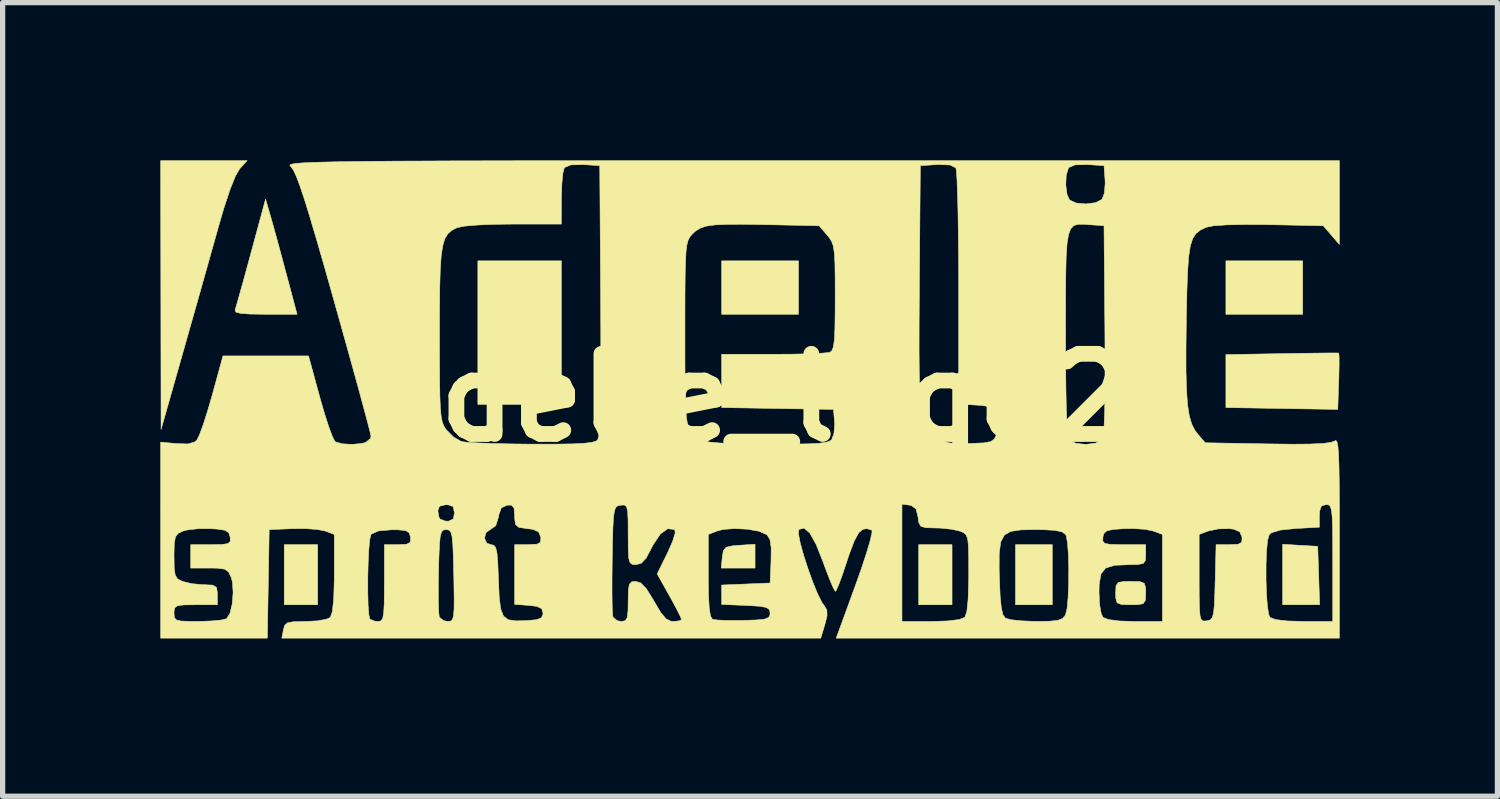
<source format=kicad_pcb>
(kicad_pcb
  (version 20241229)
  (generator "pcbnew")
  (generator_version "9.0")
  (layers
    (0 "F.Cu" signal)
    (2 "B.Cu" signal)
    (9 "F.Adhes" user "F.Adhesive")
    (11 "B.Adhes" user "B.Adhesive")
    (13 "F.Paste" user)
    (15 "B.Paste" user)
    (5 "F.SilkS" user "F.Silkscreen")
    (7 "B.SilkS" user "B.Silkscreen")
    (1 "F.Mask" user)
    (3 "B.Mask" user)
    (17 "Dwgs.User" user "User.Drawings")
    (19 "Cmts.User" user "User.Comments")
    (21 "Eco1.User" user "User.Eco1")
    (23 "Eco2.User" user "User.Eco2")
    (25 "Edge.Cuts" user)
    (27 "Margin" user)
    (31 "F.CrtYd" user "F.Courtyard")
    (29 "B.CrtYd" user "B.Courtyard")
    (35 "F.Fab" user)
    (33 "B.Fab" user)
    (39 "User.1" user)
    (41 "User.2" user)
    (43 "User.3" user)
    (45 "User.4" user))
  (footprint "adelie_logo2"
    (layer "F.Cu")
    (at 11.181 4.513)
    (property "Reference" "adelie_logo2" (at 0 0 0) (layer "F.SilkS") (effects (font (size 1.524 1.524) (thickness 0.3))))
    (attr through_hole)
    (fp_poly (pts (xy -8.191 3.937) (xy -8.826 3.937) (xy -8.826 2.794) (xy -8.191 2.794) (xy -8.191 3.937)) (stroke (width 0.01) (type solid)) (fill yes) (layer "F.SilkS"))
    (fp_poly (pts (xy -3.556 0.127) (xy -5.144 0.127) (xy -5.144 -2.603) (xy -3.556 -2.603) (xy -3.556 0.127)) (stroke (width 0.01) (type solid)) (fill yes) (layer "F.SilkS"))
    (fp_poly (pts (xy 0.953 -1.587) (xy -0.508 -1.587) (xy -0.508 -2.603) (xy 0.953 -2.603) (xy 0.953 -1.587)) (stroke (width 0.01) (type solid)) (fill yes) (layer "F.SilkS"))
    (fp_poly (pts (xy 3.873 3.937) (xy 3.239 3.937) (xy 3.239 2.794) (xy 3.873 2.794) (xy 3.873 3.937)) (stroke (width 0.01) (type solid)) (fill yes) (layer "F.SilkS"))
    (fp_poly (pts (xy 5.779 3.937) (xy 5.08 3.937) (xy 5.08 2.794) (xy 5.779 2.794) (xy 5.779 3.937)) (stroke (width 0.01) (type solid)) (fill yes) (layer "F.SilkS"))
    (fp_poly (pts (xy 10.541 -1.587) (xy 9.081 -1.587) (xy 9.081 -2.603) (xy 10.541 -2.603) (xy 10.541 -1.587)) (stroke (width 0.01) (type solid)) (fill yes) (layer "F.SilkS"))
    (fp_poly (pts (xy 10.493 2.807) (xy 10.827 2.826) (xy 10.863 3.937) (xy 10.16 3.937) (xy 10.16 2.787) (xy 10.493 2.807)) (stroke (width 0.01) (type solid)) (fill yes) (layer "F.SilkS"))
    (fp_poly (pts (xy 0.127 3.239) (xy -0.516 3.239) (xy -0.496 3.032) (xy -0.476 2.907) (xy -0.422 2.843) (xy -0.299 2.816) (xy -0.175 2.806) (xy 0.127 2.787) (xy 0.127 3.239)) (stroke (width 0.01) (type solid)) (fill yes) (layer "F.SilkS"))
    (fp_poly (pts (xy 11.226 -0.849) (xy 11.233 -0.787) (xy 11.234 -0.628) (xy 11.229 -0.401) (xy 11.226 -0.31) (xy 11.208 0.222) (xy 10.144 0.205) (xy 9.081 0.187) (xy 9.081 -0.82) (xy 10.144 -0.838) (xy 10.497 -0.844) (xy 10.803 -0.848) (xy 11.04 -0.851) (xy 11.188 -0.851) (xy 11.226 -0.849)) (stroke (width 0.01) (type solid)) (fill yes) (layer "F.SilkS"))
    (fp_poly (pts (xy -9.671 -4.356) (xy -9.753 -4.217) (xy -9.856 -3.961) (xy -9.977 -3.595) (xy -10.083 -3.229) (xy -10.186 -2.863) (xy -10.313 -2.412) (xy -10.454 -1.911) (xy -10.6 -1.397) (xy -10.739 -0.907) (xy -10.762 -0.826) (xy -11.168 0.603) (xy -11.172 -1.953) (xy -11.176 -4.508) (xy -9.531 -4.508) (xy -9.671 -4.356)) (stroke (width 0.01) (type solid)) (fill yes) (layer "F.SilkS"))
    (fp_poly (pts (xy 7.446 3.497) (xy 7.529 3.529) (xy 7.555 3.616) (xy 7.556 3.715) (xy 7.55 3.851) (xy 7.509 3.916) (xy 7.398 3.936) (xy 7.271 3.937) (xy 7.095 3.932) (xy 7.012 3.9) (xy 6.987 3.814) (xy 6.985 3.715) (xy 6.991 3.578) (xy 7.032 3.514) (xy 7.144 3.494) (xy 7.271 3.493) (xy 7.446 3.497)) (stroke (width 0.01) (type solid)) (fill yes) (layer "F.SilkS"))
    (fp_poly (pts (xy -9.098 -3.491) (xy -9.049 -3.32) (xy -8.977 -3.06) (xy -8.892 -2.747) (xy -8.803 -2.414) (xy -8.798 -2.397) (xy -8.582 -1.587) (xy -9.187 -1.587) (xy -9.477 -1.591) (xy -9.658 -1.604) (xy -9.747 -1.629) (xy -9.761 -1.668) (xy -9.761 -1.67) (xy -9.734 -1.757) (xy -9.681 -1.944) (xy -9.607 -2.209) (xy -9.519 -2.529) (xy -9.455 -2.765) (xy -9.181 -3.776) (xy -9.098 -3.491)) (stroke (width 0.01) (type solid)) (fill yes) (layer "F.SilkS"))
    (fp_poly (pts (xy 11.239 -3.711) (xy 11.239 -2.914) (xy 11.086 -3.092) (xy 10.933 -3.27) (xy 9.904 -3.291) (xy 9.455 -3.294) (xy 9.097 -3.287) (xy 8.843 -3.269) (xy 8.706 -3.241) (xy 8.597 -3.189) (xy 8.513 -3.123) (xy 8.45 -3.028) (xy 8.404 -2.886) (xy 8.373 -2.683) (xy 8.353 -2.401) (xy 8.339 -2.025) (xy 8.329 -1.538) (xy 8.329 -1.533) (xy 8.322 -0.963) (xy 8.322 -0.505) (xy 8.332 -0.145) (xy 8.352 0.133) (xy 8.384 0.343) (xy 8.43 0.5) (xy 8.491 0.619) (xy 8.54 0.685) (xy 8.688 0.857) (xy 9.872 0.878) (xy 10.337 0.884) (xy 10.686 0.881) (xy 10.931 0.869) (xy 11.083 0.849) (xy 11.147 0.823) (xy 11.174 0.814) (xy 11.195 0.845) (xy 11.211 0.928) (xy 11.223 1.074) (xy 11.231 1.296) (xy 11.236 1.606) (xy 11.239 2.017) (xy 11.239 2.54) (xy 11.239 2.659) (xy 11.239 4.572) (xy 1.67 4.572) (xy 1.786 4.255) (xy 2.921 4.255) (xy 3.48 4.255) (xy 3.789 4.245) (xy 4.007 4.219) (xy 4.115 4.178) (xy 4.115 4.178) (xy 4.154 4.069) (xy 4.179 3.834) (xy 4.19 3.474) (xy 4.191 3.351) (xy 4.191 3.266) (xy 4.769 3.266) (xy 4.774 3.447) (xy 4.788 3.774) (xy 4.81 3.994) (xy 4.841 4.126) (xy 4.886 4.19) (xy 4.889 4.192) (xy 4.996 4.222) (xy 5.191 4.243) (xy 5.434 4.253) (xy 5.475 4.254) (xy 5.73 4.25) (xy 5.888 4.233) (xy 5.978 4.196) (xy 6.03 4.133) (xy 6.03 4.132) (xy 6.06 4.012) (xy 6.08 3.803) (xy 6.084 3.704) (xy 6.668 3.704) (xy 6.679 3.933) (xy 6.71 4.107) (xy 6.744 4.178) (xy 6.851 4.219) (xy 7.064 4.246) (xy 7.347 4.255) (xy 7.874 4.255) (xy 7.874 2.6) (xy 8.572 2.6) (xy 8.572 3.432) (xy 8.573 3.77) (xy 8.577 4) (xy 8.589 4.143) (xy 8.611 4.219) (xy 8.647 4.246) (xy 8.7 4.245) (xy 8.715 4.243) (xy 8.777 4.228) (xy 8.819 4.188) (xy 8.845 4.102) (xy 8.861 3.947) (xy 8.871 3.7) (xy 8.876 3.508) (xy 8.878 3.455) (xy 9.844 3.455) (xy 9.852 3.73) (xy 9.87 3.964) (xy 9.896 4.126) (xy 9.919 4.178) (xy 10.027 4.219) (xy 10.244 4.245) (xy 10.553 4.254) (xy 10.554 4.255) (xy 11.113 4.255) (xy 11.113 3.143) (xy 11.112 2.743) (xy 11.109 2.453) (xy 11.101 2.255) (xy 11.086 2.131) (xy 11.063 2.064) (xy 11.03 2.037) (xy 10.986 2.032) (xy 10.897 2.058) (xy 10.862 2.158) (xy 10.858 2.247) (xy 10.858 2.462) (xy 10.41 2.487) (xy 10.118 2.517) (xy 9.948 2.568) (xy 9.903 2.606) (xy 9.873 2.716) (xy 9.854 2.917) (xy 9.844 3.174) (xy 9.844 3.455) (xy 8.878 3.455) (xy 8.894 2.794) (xy 9.15 2.794) (xy 9.314 2.786) (xy 9.382 2.75) (xy 9.388 2.665) (xy 9.387 2.651) (xy 9.344 2.549) (xy 9.229 2.5) (xy 9.14 2.489) (xy 8.932 2.495) (xy 8.746 2.535) (xy 8.744 2.535) (xy 8.572 2.6) (xy 7.874 2.6) (xy 7.704 2.536) (xy 7.547 2.503) (xy 7.322 2.488) (xy 7.148 2.49) (xy 6.933 2.505) (xy 6.813 2.533) (xy 6.759 2.585) (xy 6.742 2.651) (xy 6.74 2.728) (xy 6.777 2.77) (xy 6.882 2.789) (xy 7.081 2.794) (xy 7.139 2.794) (xy 7.556 2.794) (xy 7.556 2.985) (xy 7.55 3.097) (xy 7.508 3.153) (xy 7.398 3.173) (xy 7.235 3.175) (xy 6.964 3.187) (xy 6.795 3.239) (xy 6.705 3.352) (xy 6.671 3.548) (xy 6.668 3.704) (xy 6.084 3.704) (xy 6.091 3.539) (xy 6.093 3.255) (xy 6.086 2.984) (xy 6.069 2.762) (xy 6.043 2.623) (xy 6.034 2.603) (xy 5.966 2.552) (xy 5.827 2.522) (xy 5.593 2.509) (xy 5.458 2.508) (xy 5.184 2.513) (xy 4.991 2.542) (xy 4.868 2.612) (xy 4.799 2.744) (xy 4.77 2.955) (xy 4.769 3.266) (xy 4.191 3.266) (xy 4.19 3.033) (xy 4.185 2.818) (xy 4.17 2.684) (xy 4.141 2.608) (xy 4.093 2.566) (xy 4.028 2.538) (xy 3.865 2.501) (xy 3.646 2.479) (xy 3.556 2.477) (xy 3.371 2.472) (xy 3.277 2.443) (xy 3.239 2.368) (xy 3.227 2.27) (xy 3.189 2.116) (xy 3.098 2.05) (xy 3.064 2.043) (xy 2.921 2.023) (xy 2.921 4.255) (xy 1.786 4.255) (xy 2.035 3.572) (xy 2.154 3.237) (xy 2.25 2.944) (xy 2.318 2.712) (xy 2.351 2.563) (xy 2.35 2.518) (xy 2.254 2.49) (xy 2.177 2.502) (xy 2.098 2.569) (xy 2.012 2.728) (xy 1.912 2.994) (xy 1.873 3.112) (xy 1.791 3.359) (xy 1.72 3.551) (xy 1.67 3.664) (xy 1.655 3.683) (xy 1.62 3.627) (xy 1.555 3.478) (xy 1.471 3.261) (xy 1.424 3.131) (xy 1.289 2.79) (xy 1.168 2.573) (xy 1.059 2.479) (xy 0.963 2.505) (xy 0.958 2.51) (xy 0.953 2.592) (xy 0.986 2.762) (xy 1.049 2.99) (xy 1.132 3.246) (xy 1.224 3.501) (xy 1.315 3.725) (xy 1.397 3.889) (xy 1.436 3.945) (xy 1.493 4.035) (xy 1.496 4.149) (xy 1.455 4.312) (xy 1.377 4.572) (xy -8.872 4.572) (xy -8.842 4.413) (xy -8.816 4.326) (xy -8.759 4.278) (xy -8.639 4.259) (xy -8.425 4.255) (xy -8.419 4.255) (xy -8.193 4.243) (xy -8.021 4.211) (xy -7.95 4.178) (xy -7.911 4.069) (xy -7.886 3.834) (xy -7.881 3.694) (xy -7.237 3.694) (xy -7.231 3.94) (xy -7.218 4.122) (xy -7.198 4.211) (xy -7.197 4.212) (xy -7.103 4.249) (xy -7.038 4.255) (xy -6.988 4.244) (xy -6.954 4.199) (xy -6.935 4.098) (xy -6.925 3.919) (xy -6.922 3.641) (xy -6.922 3.608) (xy -5.896 3.608) (xy -5.895 3.875) (xy -5.889 4.071) (xy -5.878 4.17) (xy -5.878 4.172) (xy -5.796 4.239) (xy -5.715 4.255) (xy -5.663 4.249) (xy -5.628 4.219) (xy -5.606 4.146) (xy -5.596 4.009) (xy -5.595 3.789) (xy -5.6 3.465) (xy -5.602 3.381) (xy -5.61 3.033) (xy -5.62 2.792) (xy -5.632 2.672) (xy -5.018 2.672) (xy -4.977 2.765) (xy -4.895 2.794) (xy -4.841 2.805) (xy -4.804 2.852) (xy -4.78 2.957) (xy -4.765 3.143) (xy -4.753 3.432) (xy -4.752 3.463) (xy -4.738 3.794) (xy -4.71 4.018) (xy -4.656 4.154) (xy -4.563 4.223) (xy -4.415 4.244) (xy -4.223 4.239) (xy -4.031 4.222) (xy -3.936 4.186) (xy -3.906 4.118) (xy -3.905 4.096) (xy -3.929 4.012) (xy -4.02 3.968) (xy -4.175 3.949) (xy -4.445 3.93) (xy -4.445 3.428) (xy -2.593 3.428) (xy -2.593 3.736) (xy -2.589 3.979) (xy -2.582 4.133) (xy -2.575 4.173) (xy -2.494 4.24) (xy -2.415 4.255) (xy -2.343 4.241) (xy -2.304 4.182) (xy -2.288 4.047) (xy -2.286 3.873) (xy -2.282 3.662) (xy -2.263 3.548) (xy -2.218 3.501) (xy -2.143 3.493) (xy -2.044 3.524) (xy -1.941 3.63) (xy -1.815 3.831) (xy -1.791 3.874) (xy -1.665 4.086) (xy -1.566 4.204) (xy -1.471 4.251) (xy -1.426 4.255) (xy -1.308 4.242) (xy -1.27 4.217) (xy -1.299 4.148) (xy -1.375 3.998) (xy -1.483 3.798) (xy -1.502 3.765) (xy -1.734 3.35) (xy -1.536 2.948) (xy -1.44 2.731) (xy -1.4 2.6) (xy -0.762 2.6) (xy -0.762 3.39) (xy -0.758 3.754) (xy -0.744 4.004) (xy -0.72 4.152) (xy -0.684 4.213) (xy -0.683 4.214) (xy -0.585 4.228) (xy -0.397 4.236) (xy -0.155 4.236) (xy -0.095 4.235) (xy 0.158 4.226) (xy 0.31 4.21) (xy 0.386 4.179) (xy 0.411 4.127) (xy 0.413 4.096) (xy 0.4 4.029) (xy 0.343 3.989) (xy 0.217 3.966) (xy -0.006 3.952) (xy -0.048 3.95) (xy -0.508 3.931) (xy -0.508 3.562) (xy -0.048 3.543) (xy 0.413 3.524) (xy 0.431 3.106) (xy 0.434 2.856) (xy 0.412 2.702) (xy 0.359 2.612) (xy 0.348 2.603) (xy 0.206 2.54) (xy -0.012 2.501) (xy -0.258 2.488) (xy -0.481 2.505) (xy -0.587 2.533) (xy -0.762 2.6) (xy -1.4 2.6) (xy -1.392 2.575) (xy -1.399 2.507) (xy -1.533 2.491) (xy -1.674 2.592) (xy -1.814 2.802) (xy -1.842 2.858) (xy -1.946 3.053) (xy -2.039 3.15) (xy -2.138 3.175) (xy -2.208 3.169) (xy -2.251 3.135) (xy -2.275 3.05) (xy -2.284 2.887) (xy -2.286 2.624) (xy -2.286 2.599) (xy -2.287 2.327) (xy -2.296 2.159) (xy -2.317 2.072) (xy -2.357 2.04) (xy -2.422 2.043) (xy -2.429 2.043) (xy -2.482 2.055) (xy -2.521 2.085) (xy -2.547 2.153) (xy -2.565 2.276) (xy -2.576 2.473) (xy -2.584 2.764) (xy -2.589 3.077) (xy -2.593 3.428) (xy -4.445 3.428) (xy -4.445 2.794) (xy -4.187 2.794) (xy -4.023 2.786) (xy -3.953 2.75) (xy -3.946 2.667) (xy -3.948 2.651) (xy -3.989 2.551) (xy -4.097 2.503) (xy -4.207 2.489) (xy -4.363 2.466) (xy -4.43 2.41) (xy -4.445 2.28) (xy -4.445 2.246) (xy -4.456 2.098) (xy -4.503 2.042) (xy -4.588 2.043) (xy -4.697 2.094) (xy -4.746 2.227) (xy -4.75 2.264) (xy -4.804 2.435) (xy -4.893 2.496) (xy -4.99 2.566) (xy -5.018 2.672) (xy -5.632 2.672) (xy -5.635 2.639) (xy -5.659 2.553) (xy -5.694 2.517) (xy -5.743 2.508) (xy -5.747 2.508) (xy -5.8 2.516) (xy -5.836 2.553) (xy -5.86 2.641) (xy -5.875 2.799) (xy -5.885 3.049) (xy -5.892 3.298) (xy -5.896 3.608) (xy -6.922 3.608) (xy -6.921 3.524) (xy -6.921 2.794) (xy -6.663 2.794) (xy -6.499 2.786) (xy -6.43 2.75) (xy -6.423 2.667) (xy -6.425 2.651) (xy -6.45 2.568) (xy -6.518 2.526) (xy -6.661 2.512) (xy -6.783 2.511) (xy -7.034 2.533) (xy -7.168 2.593) (xy -7.179 2.606) (xy -7.201 2.702) (xy -7.218 2.889) (xy -7.23 3.138) (xy -7.237 3.417) (xy -7.237 3.694) (xy -7.881 3.694) (xy -7.875 3.474) (xy -7.874 3.351) (xy -7.874 2.6) (xy -8.044 2.536) (xy -8.193 2.506) (xy -8.419 2.489) (xy -8.663 2.49) (xy -9.112 2.508) (xy -9.147 4.572) (xy -11.176 4.572) (xy -11.176 3.016) (xy -10.922 3.016) (xy -10.918 3.242) (xy -10.899 3.374) (xy -10.854 3.446) (xy -10.77 3.49) (xy -10.759 3.494) (xy -10.585 3.536) (xy -10.373 3.556) (xy -10.346 3.556) (xy -10.185 3.564) (xy -10.114 3.606) (xy -10.097 3.711) (xy -10.097 3.747) (xy -10.097 3.937) (xy -10.509 3.937) (xy -10.731 3.94) (xy -10.855 3.955) (xy -10.909 3.995) (xy -10.922 4.07) (xy -10.922 4.096) (xy -10.916 4.178) (xy -10.879 4.225) (xy -10.785 4.247) (xy -10.605 4.253) (xy -10.462 4.254) (xy -10.224 4.246) (xy -10.032 4.229) (xy -9.926 4.204) (xy -9.922 4.202) (xy -9.858 4.101) (xy -9.815 3.92) (xy -9.798 3.705) (xy -9.811 3.504) (xy -9.835 3.413) (xy -9.885 3.312) (xy -9.96 3.26) (xy -10.096 3.241) (xy -10.254 3.239) (xy -10.604 3.239) (xy -10.604 2.794) (xy -10.219 2.794) (xy -10.007 2.791) (xy -9.894 2.773) (xy -9.852 2.731) (xy -9.854 2.653) (xy -9.854 2.651) (xy -9.881 2.568) (xy -9.952 2.521) (xy -10.101 2.498) (xy -10.228 2.49) (xy -10.46 2.491) (xy -10.667 2.514) (xy -10.752 2.536) (xy -10.843 2.579) (xy -10.894 2.645) (xy -10.917 2.765) (xy -10.922 2.973) (xy -10.922 3.016) (xy -11.176 3.016) (xy -11.176 2.148) (xy -5.905 2.148) (xy -5.885 2.269) (xy -5.863 2.307) (xy -5.77 2.344) (xy -5.704 2.349) (xy -5.611 2.306) (xy -5.588 2.191) (xy -5.614 2.07) (xy -5.717 2.033) (xy -5.747 2.032) (xy -5.874 2.064) (xy -5.905 2.148) (xy -11.176 2.148) (xy -11.176 0.844) (xy -10.872 0.873) (xy -10.655 0.879) (xy -10.526 0.84) (xy -10.486 0.804) (xy -10.438 0.706) (xy -10.367 0.514) (xy -10.284 0.254) (xy -10.197 -0.044) (xy -9.991 -0.794) (xy -8.364 -0.794) (xy -8.148 -0.002) (xy -8.061 0.3) (xy -7.978 0.556) (xy -7.908 0.743) (xy -7.86 0.835) (xy -7.855 0.839) (xy -7.725 0.876) (xy -7.535 0.887) (xy -7.349 0.87) (xy -7.276 0.85) (xy -7.188 0.777) (xy -7.176 0.734) (xy -7.192 0.657) (xy -7.24 0.472) (xy -7.315 0.191) (xy -7.413 -0.171) (xy -7.532 -0.602) (xy -7.667 -1.088) (xy -7.699 -1.201) (xy -5.874 -1.201) (xy -5.873 -0.702) (xy -5.871 -0.313) (xy -5.866 -0.019) (xy -5.857 0.196) (xy -5.843 0.349) (xy -5.822 0.455) (xy -5.794 0.531) (xy -5.757 0.592) (xy -5.741 0.613) (xy -5.605 0.749) (xy -5.46 0.832) (xy -5.455 0.834) (xy -5.345 0.848) (xy -5.13 0.86) (xy -4.835 0.871) (xy -4.483 0.879) (xy -4.119 0.883) (xy -3.681 0.883) (xy -3.354 0.878) (xy -3.124 0.867) (xy -2.974 0.849) (xy -2.89 0.822) (xy -2.865 0.802) (xy -2.845 0.735) (xy -2.83 0.582) (xy -2.818 0.335) (xy -2.81 -0.01) (xy -2.806 -0.462) (xy -2.806 -1.027) (xy -2.806 -1.235) (xy -1.206 -1.235) (xy -1.206 -0.72) (xy -1.204 -0.317) (xy -1.199 -0.009) (xy -1.191 0.217) (xy -1.178 0.379) (xy -1.159 0.49) (xy -1.133 0.568) (xy -1.099 0.626) (xy -1.078 0.654) (xy -1.017 0.726) (xy -0.95 0.78) (xy -0.859 0.819) (xy -0.727 0.845) (xy -0.534 0.862) (xy -0.263 0.872) (xy 0.105 0.878) (xy 0.421 0.88) (xy 0.835 0.882) (xy 1.139 0.877) (xy 1.35 0.866) (xy 1.486 0.846) (xy 1.562 0.817) (xy 1.584 0.798) (xy 1.628 0.678) (xy 1.641 0.5) (xy 1.639 0.465) (xy 1.619 0.222) (xy 0.556 0.205) (xy -0.508 0.187) (xy -0.508 -0.826) (xy 0.471 -0.826) (xy 0.817 -0.828) (xy 1.123 -0.835) (xy 1.364 -0.845) (xy 1.516 -0.857) (xy 1.551 -0.864) (xy 1.578 -0.886) (xy 3.246 -0.886) (xy 3.25 -0.442) (xy 3.26 -0.091) (xy 3.276 0.181) (xy 3.3 0.383) (xy 3.333 0.529) (xy 3.376 0.629) (xy 3.431 0.696) (xy 3.497 0.741) (xy 3.508 0.746) (xy 3.67 0.819) (xy 3.815 0.858) (xy 3.988 0.873) (xy 4.239 0.87) (xy 4.253 0.869) (xy 4.477 0.859) (xy 4.608 0.835) (xy 4.678 0.786) (xy 4.721 0.696) (xy 4.726 0.683) (xy 4.75 0.432) (xy 4.726 0.333) (xy 4.676 0.229) (xy 4.594 0.173) (xy 4.442 0.147) (xy 4.333 0.14) (xy 4 0.12) (xy 4 -1.408) (xy 6.032 -1.408) (xy 6.032 -1.211) (xy 6.034 -0.613) (xy 6.039 -0.132) (xy 6.047 0.24) (xy 6.059 0.512) (xy 6.076 0.693) (xy 6.097 0.791) (xy 6.109 0.813) (xy 6.234 0.869) (xy 6.417 0.887) (xy 6.598 0.865) (xy 6.72 0.806) (xy 6.724 0.802) (xy 6.746 0.729) (xy 6.763 0.566) (xy 6.775 0.305) (xy 6.781 -0.061) (xy 6.783 -0.538) (xy 6.781 -1.133) (xy 6.78 -1.278) (xy 6.763 -3.27) (xy 6.488 -3.29) (xy 6.364 -3.299) (xy 6.265 -3.297) (xy 6.188 -3.273) (xy 6.13 -3.213) (xy 6.089 -3.105) (xy 6.061 -2.936) (xy 6.044 -2.695) (xy 6.036 -2.368) (xy 6.033 -1.943) (xy 6.032 -1.408) (xy 4 -1.408) (xy 4 -2.083) (xy 3.998 -2.602) (xy 3.993 -3.082) (xy 3.987 -3.509) (xy 3.978 -3.866) (xy 3.971 -4.039) (xy 6.036 -4.039) (xy 6.061 -3.861) (xy 6.109 -3.759) (xy 6.235 -3.702) (xy 6.42 -3.685) (xy 6.602 -3.709) (xy 6.724 -3.771) (xy 6.727 -3.774) (xy 6.77 -3.89) (xy 6.785 -4.073) (xy 6.783 -4.139) (xy 6.763 -4.413) (xy 6.451 -4.433) (xy 6.215 -4.428) (xy 6.094 -4.378) (xy 6.087 -4.37) (xy 6.044 -4.229) (xy 6.036 -4.039) (xy 3.971 -4.039) (xy 3.968 -4.139) (xy 3.956 -4.312) (xy 3.946 -4.37) (xy 3.837 -4.425) (xy 3.614 -4.435) (xy 3.582 -4.433) (xy 3.27 -4.413) (xy 3.251 -2.095) (xy 3.247 -1.433) (xy 3.246 -0.886) (xy 1.578 -0.886) (xy 1.589 -0.895) (xy 1.616 -0.966) (xy 1.635 -1.095) (xy 1.645 -1.3) (xy 1.65 -1.6) (xy 1.651 -1.908) (xy 1.65 -2.288) (xy 1.646 -2.562) (xy 1.635 -2.753) (xy 1.615 -2.883) (xy 1.583 -2.973) (xy 1.536 -3.046) (xy 1.498 -3.092) (xy 1.345 -3.27) (xy 0.346 -3.291) (xy -0.083 -3.298) (xy -0.404 -3.297) (xy -0.638 -3.286) (xy -0.804 -3.262) (xy -0.922 -3.222) (xy -1.011 -3.164) (xy -1.078 -3.099) (xy -1.116 -3.052) (xy -1.146 -2.994) (xy -1.168 -2.909) (xy -1.185 -2.782) (xy -1.195 -2.597) (xy -1.202 -2.341) (xy -1.205 -1.997) (xy -1.206 -1.549) (xy -1.206 -1.235) (xy -2.806 -1.235) (xy -2.808 -1.711) (xy -2.809 -1.849) (xy -2.826 -4.413) (xy -3.137 -4.433) (xy -3.374 -4.428) (xy -3.495 -4.378) (xy -3.501 -4.37) (xy -3.527 -4.269) (xy -3.546 -4.079) (xy -3.555 -3.838) (xy -3.555 -3.794) (xy -3.556 -3.302) (xy -4.474 -3.302) (xy -4.848 -3.297) (xy -5.165 -3.283) (xy -5.403 -3.262) (xy -5.54 -3.234) (xy -5.546 -3.231) (xy -5.64 -3.182) (xy -5.714 -3.118) (xy -5.771 -3.026) (xy -5.812 -2.89) (xy -5.841 -2.697) (xy -5.859 -2.432) (xy -5.869 -2.081) (xy -5.873 -1.628) (xy -5.874 -1.201) (xy -7.699 -1.201) (xy -7.815 -1.616) (xy -7.871 -1.815) (xy -8.054 -2.464) (xy -8.209 -3) (xy -8.337 -3.433) (xy -8.442 -3.773) (xy -8.528 -4.028) (xy -8.596 -4.21) (xy -8.652 -4.328) (xy -8.696 -4.391) (xy -8.703 -4.397) (xy -8.717 -4.412) (xy -8.717 -4.425) (xy -8.697 -4.437) (xy -8.652 -4.448) (xy -8.576 -4.458) (xy -8.463 -4.466) (xy -8.307 -4.474) (xy -8.103 -4.48) (xy -7.845 -4.486) (xy -7.527 -4.491) (xy -7.144 -4.495) (xy -6.69 -4.499) (xy -6.158 -4.501) (xy -5.544 -4.504) (xy -4.842 -4.505) (xy -4.046 -4.507) (xy -3.15 -4.507) (xy -2.148 -4.508) (xy -1.035 -4.508) (xy 0.195 -4.508) (xy 1.199 -4.508) (xy 11.239 -4.508) (xy 11.239 -3.711)) (stroke (width 0.01) (type solid)) (fill yes) (layer "F.SilkS")))
  (gr_rect
    (start -3 -3)
    (end 25.425 12.091)
    (stroke (width 0.1) (type default))
    (fill no)
    (layer "Edge.Cuts")))
</source>
